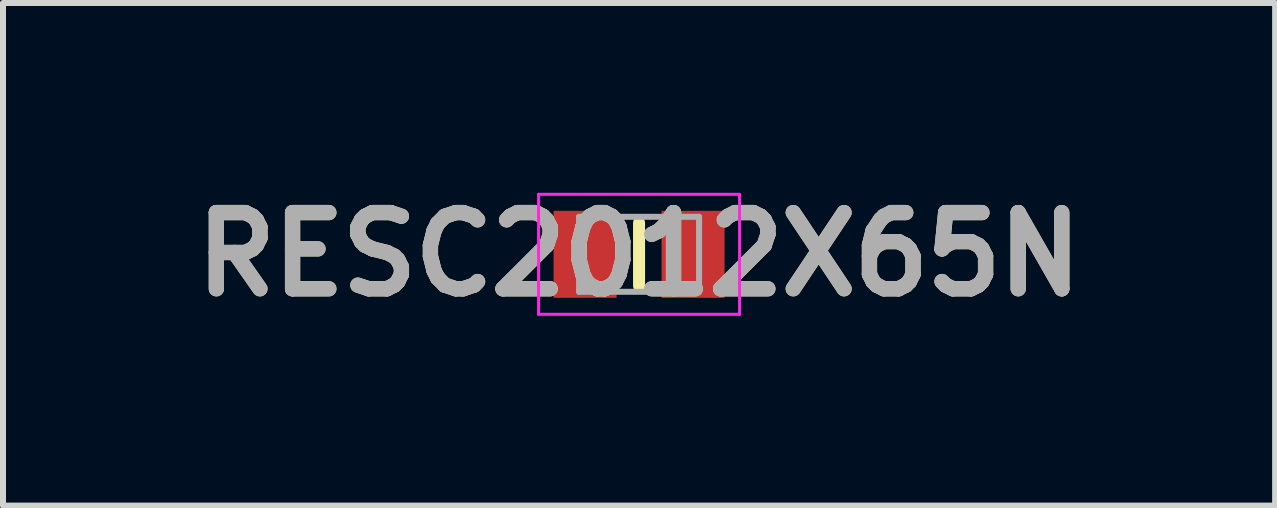
<source format=kicad_pcb>
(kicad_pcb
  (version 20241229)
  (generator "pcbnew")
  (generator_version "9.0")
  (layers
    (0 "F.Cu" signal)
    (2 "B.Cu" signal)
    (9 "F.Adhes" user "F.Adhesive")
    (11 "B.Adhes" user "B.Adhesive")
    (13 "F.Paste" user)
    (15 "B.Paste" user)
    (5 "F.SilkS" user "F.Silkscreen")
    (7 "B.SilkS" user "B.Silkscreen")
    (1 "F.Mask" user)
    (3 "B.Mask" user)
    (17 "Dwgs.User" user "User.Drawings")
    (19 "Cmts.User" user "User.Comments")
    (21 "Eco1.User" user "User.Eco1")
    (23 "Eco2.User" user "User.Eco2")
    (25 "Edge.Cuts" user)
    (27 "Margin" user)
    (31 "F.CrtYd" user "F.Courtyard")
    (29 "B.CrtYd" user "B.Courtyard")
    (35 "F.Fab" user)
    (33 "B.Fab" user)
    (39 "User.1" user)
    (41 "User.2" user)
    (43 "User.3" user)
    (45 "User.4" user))
  (footprint "RESC2012X65N"
    (layer "F.Cu")
    (at 7.602 1.189)
    (property "Reference" "RESC2012X65N" (at 0 0 0) (layer "F.SilkS") (effects (font (size 1.27 1.27) (thickness 0.254))))
    (attr smd)
    (fp_line (start 0 -0.525) (end 0 0.525) (stroke (width 0.2) (type solid)) (layer "F.SilkS"))
    (fp_line (start -1.675 -1) (end 1.675 -1) (stroke (width 0.05) (type solid)) (layer "F.CrtYd"))
    (fp_line (start -1.675 1) (end -1.675 -1) (stroke (width 0.05) (type solid)) (layer "F.CrtYd"))
    (fp_line (start 1.675 -1) (end 1.675 1) (stroke (width 0.05) (type solid)) (layer "F.CrtYd"))
    (fp_line (start 1.675 1) (end -1.675 1) (stroke (width 0.05) (type solid)) (layer "F.CrtYd"))
    (fp_line (start -1 -0.625) (end 1 -0.625) (stroke (width 0.1) (type solid)) (layer "F.Fab"))
    (fp_line (start -1 0.625) (end -1 -0.625) (stroke (width 0.1) (type solid)) (layer "F.Fab"))
    (fp_line (start 1 -0.625) (end 1 0.625) (stroke (width 0.1) (type solid)) (layer "F.Fab"))
    (fp_line (start 1 0.625) (end -1 0.625) (stroke (width 0.1) (type solid)) (layer "F.Fab"))
    (fp_text user "${REFERENCE}" (at 0 0 0) (layer "F.Fab") (effects (font (size 1.27 1.27) (thickness 0.254))))
    (pad "1" smd rect (at -0.9 0) (size 1.05 1.45) (layers "F.Cu" "F.Mask" "F.Paste"))
    (pad "2" smd rect (at 0.9 0) (size 1.05 1.45) (layers "F.Cu" "F.Mask" "F.Paste")))
  (gr_rect
    (start -3 -3)
    (end 18.204 5.377)
    (stroke (width 0.1) (type default))
    (fill no)
    (layer "Edge.Cuts")))
</source>
